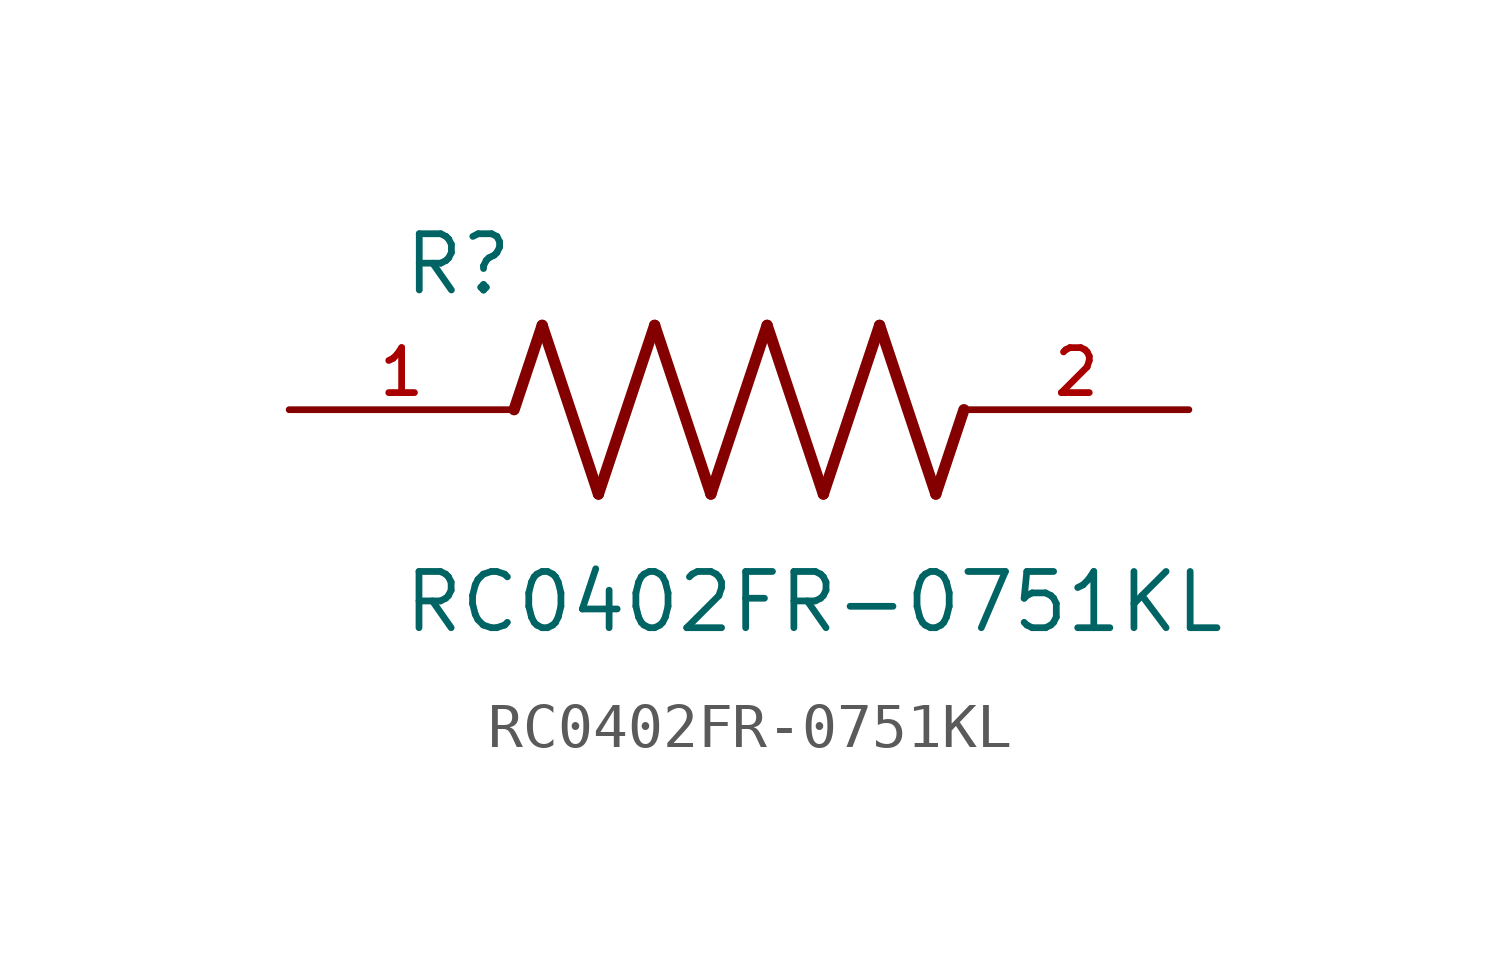
<source format=kicad_sym>
(kicad_symbol_lib
  (version 20211014)
  (generator kicad_symbol_editor)
  (symbol "RC0402FR-0751KL"
    (pin_names
      (offset 1.016))
    (property "Reference" "R"
      (at -7.624 2.541 0)
      (effects (font (size 1.27 1.27)) (justify bottom left)))
    (property "Value" "RC0402FR-0751KL"
      (at -7.63 -5.087 0)
      (effects (font (size 1.27 1.27)) (justify bottom left)))
    (symbol "RC0402FR-0751KL_0_0"
      (polyline (pts (xy -5.08 0.0) (xy -4.445 1.905)) (stroke (width 0.254)))
      (polyline (pts (xy -4.445 1.905) (xy -3.175 -1.905)) (stroke (width 0.254)))
      (polyline (pts (xy -3.175 -1.905) (xy -1.905 1.905)) (stroke (width 0.254)))
      (polyline (pts (xy -1.905 1.905) (xy -0.635 -1.905)) (stroke (width 0.254)))
      (polyline (pts (xy -0.635 -1.905) (xy 0.635 1.905)) (stroke (width 0.254)))
      (polyline (pts (xy 0.635 1.905) (xy 1.905 -1.905)) (stroke (width 0.254)))
      (polyline (pts (xy 1.905 -1.905) (xy 3.175 1.905)) (stroke (width 0.254)))
      (polyline (pts (xy 3.175 1.905) (xy 4.445 -1.905)) (stroke (width 0.254)))
      (polyline (pts (xy 4.445 -1.905) (xy 5.08 0.0)) (stroke (width 0.254)))
      (pin passive line (at -10.16 0.0 0) (length 5.08) (name "~" (effects (font (size 1.016 1.016)))) (number "1" (effects (font (size 1.016 1.016)))))
      (pin passive line (at 10.16 0.0 180.0) (length 5.08) (name "~" (effects (font (size 1.016 1.016)))) (number "2" (effects (font (size 1.016 1.016))))))))
</source>
